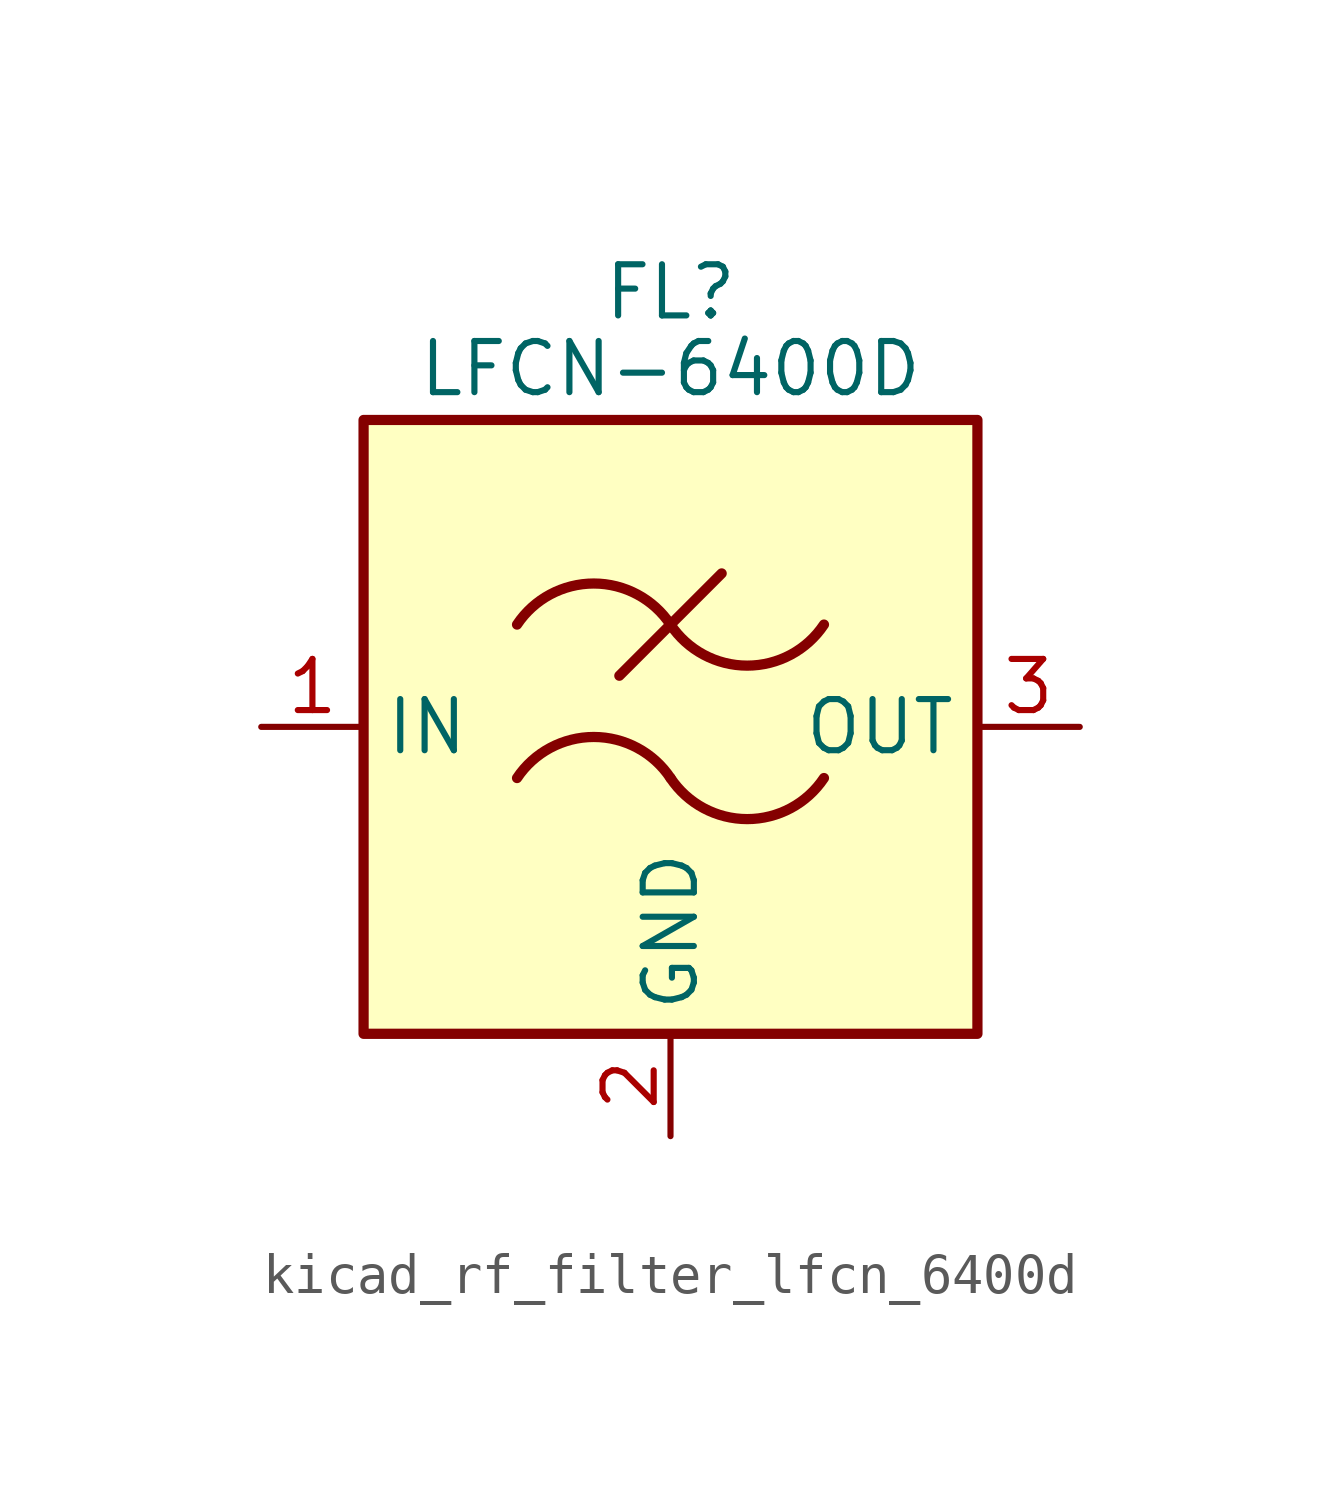
<source format=kicad_sym>
(kicad_symbol_lib
  (version 20220914)
  (generator kicad_symbol_editor)
  (symbol "kicad_rf_filter_lfcn_6400d"
    (property "Reference" "FL"
      (at 0 10.795 0)
      (effects (font (size 1.27 1.27))))
    (property "Value" "LFCN-6400D"
      (at 0 8.89 0)
      (effects (font (size 1.27 1.27))))
    (symbol "kicad_rf_filter_lfcn_6400d_0_1"
      (rectangle (start -7.62 7.62) (end 7.62 -7.62) (stroke (width 0.254) (type default)) (fill (type background)))
      (arc (start 0 -1.27) (mid -1.905 -0.2505) (end -3.81 -1.27) (stroke (width 0.254) (type default)) (fill (type none)))
      (arc (start 0 -1.27) (mid 1.905 -2.2895) (end 3.81 -1.27) (stroke (width 0.254) (type default)) (fill (type none)))
      (polyline (pts (xy -1.27 1.27) (xy 1.27 3.81)) (stroke (width 0.254) (type default)) (fill (type none)))
      (arc (start 0 2.54) (mid -1.905 3.5595) (end -3.81 2.54) (stroke (width 0.254) (type default)) (fill (type none)))
      (arc (start 0 2.54) (mid 1.905 1.5205) (end 3.81 2.54) (stroke (width 0.254) (type default)) (fill (type none))))
    (symbol "kicad_rf_filter_lfcn_6400d_1_1"
      (pin passive line (at -10.16 0 0) (length 2.54) (name "IN" (effects (font (size 1.27 1.27)))) (number "1" (effects (font (size 1.27 1.27)))))
      (pin passive line (at 0 -10.16 90) (length 2.54) (name "GND" (effects (font (size 1.27 1.27)))) (number "2" (effects (font (size 1.27 1.27)))))
      (pin passive line (at 10.16 0 180) (length 2.54) (name "OUT" (effects (font (size 1.27 1.27)))) (number "3" (effects (font (size 1.27 1.27)))))
      (pin passive line (at 0 -10.16 90) (length 2.54) hide (name "GND" (effects (font (size 1.27 1.27)))) (number "4" (effects (font (size 1.27 1.27))))))))
</source>
